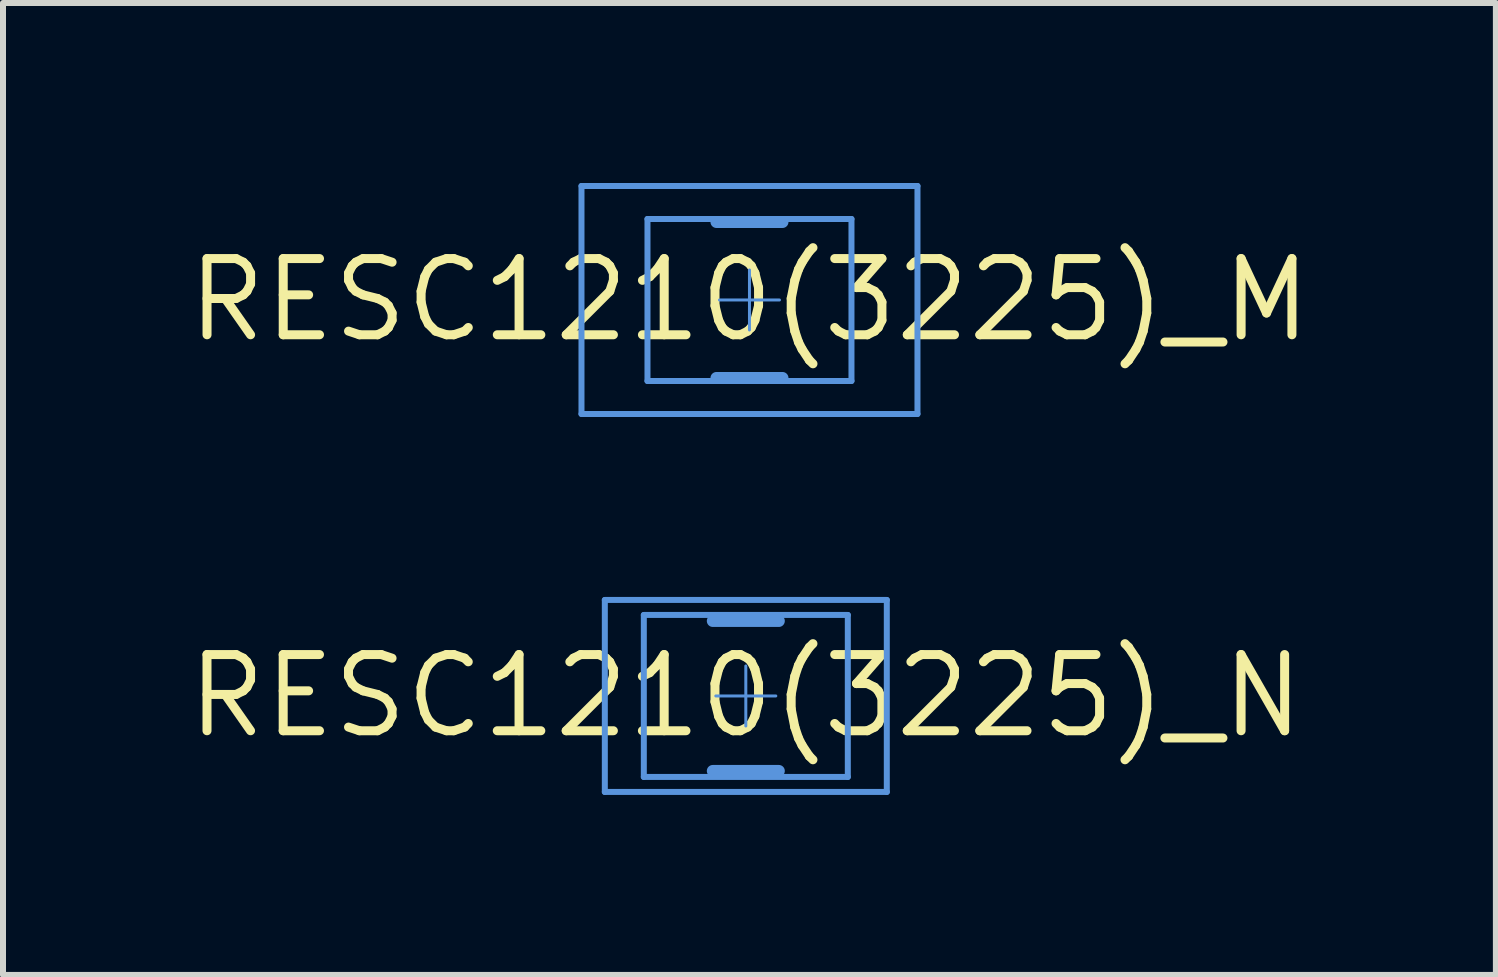
<source format=kicad_pcb>
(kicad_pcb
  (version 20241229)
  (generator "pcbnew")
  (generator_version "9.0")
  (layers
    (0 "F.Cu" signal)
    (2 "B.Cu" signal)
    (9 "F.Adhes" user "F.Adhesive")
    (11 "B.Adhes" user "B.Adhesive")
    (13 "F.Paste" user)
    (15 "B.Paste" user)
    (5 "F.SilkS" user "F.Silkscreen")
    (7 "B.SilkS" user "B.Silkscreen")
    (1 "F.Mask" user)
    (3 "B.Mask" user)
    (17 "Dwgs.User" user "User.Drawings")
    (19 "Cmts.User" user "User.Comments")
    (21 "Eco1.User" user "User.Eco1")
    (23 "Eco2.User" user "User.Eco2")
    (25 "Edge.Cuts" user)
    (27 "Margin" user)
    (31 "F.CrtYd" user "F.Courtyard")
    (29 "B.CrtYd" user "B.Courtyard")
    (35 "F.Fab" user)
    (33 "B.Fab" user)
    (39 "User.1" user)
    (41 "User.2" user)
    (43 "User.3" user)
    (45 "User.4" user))
  (footprint "RESC1210(3225)_M"
    (layer "F.Cu")
    (at 9.442 1.95)
    (property "Reference" "RESC1210(3225)_M" (at 0 0 0) (layer "F.SilkS") (effects (font (size 1.27 1.27) (thickness 0.15))))
    (attr through_hole)
    (fp_line (start -2.8 -1.9) (end 2.8 -1.9) (stroke (width 0.05) (type solid)) (layer "Cmts.User"))
    (fp_line (start -2.8 -1.9) (end 2.8 -1.9) (stroke (width 0.1) (type solid)) (layer "Cmts.User"))
    (fp_line (start -2.8 1.9) (end -2.8 -1.9) (stroke (width 0.05) (type solid)) (layer "Cmts.User"))
    (fp_line (start -2.8 1.9) (end -2.8 -1.9) (stroke (width 0.1) (type solid)) (layer "Cmts.User"))
    (fp_line (start -2.8 1.9) (end 2.8 1.9) (stroke (width 0.05) (type solid)) (layer "Cmts.User"))
    (fp_line (start -2.8 1.9) (end 2.8 1.9) (stroke (width 0.1) (type solid)) (layer "Cmts.User"))
    (fp_line (start -1.7 -1.35) (end 1.7 -1.35) (stroke (width 0.1) (type solid)) (layer "Cmts.User"))
    (fp_line (start -1.7 1.35) (end -1.7 -1.35) (stroke (width 0.1) (type solid)) (layer "Cmts.User"))
    (fp_line (start -1.7 1.35) (end 1.7 1.35) (stroke (width 0.1) (type solid)) (layer "Cmts.User"))
    (fp_line (start -0.55 -1.3) (end 0.55 -1.3) (stroke (width 0.2) (type solid)) (layer "Cmts.User"))
    (fp_line (start -0.55 1.3) (end 0.55 1.3) (stroke (width 0.2) (type solid)) (layer "Cmts.User"))
    (fp_line (start -0.5 0) (end 0.5 0) (stroke (width 0.05) (type solid)) (layer "Cmts.User"))
    (fp_line (start 0 0.5) (end 0 -0.5) (stroke (width 0.05) (type solid)) (layer "Cmts.User"))
    (fp_line (start 1.7 1.35) (end 1.7 -1.35) (stroke (width 0.1) (type solid)) (layer "Cmts.User"))
    (fp_line (start 2.8 1.9) (end 2.8 -1.9) (stroke (width 0.05) (type solid)) (layer "Cmts.User"))
    (fp_line (start 2.8 1.9) (end 2.8 -1.9) (stroke (width 0.1) (type solid)) (layer "Cmts.User")))
  (footprint "RESC1210(3225)_N"
    (layer "F.Cu")
    (at 9.381 8.55)
    (property "Reference" "RESC1210(3225)_N" (at 0 0 0) (layer "F.SilkS") (effects (font (size 1.27 1.27) (thickness 0.15))))
    (attr through_hole)
    (fp_line (start -2.35 -1.6) (end 2.35 -1.6) (stroke (width 0.05) (type solid)) (layer "Cmts.User"))
    (fp_line (start -2.35 -1.6) (end 2.35 -1.6) (stroke (width 0.1) (type solid)) (layer "Cmts.User"))
    (fp_line (start -2.35 1.6) (end -2.35 -1.6) (stroke (width 0.05) (type solid)) (layer "Cmts.User"))
    (fp_line (start -2.35 1.6) (end -2.35 -1.6) (stroke (width 0.1) (type solid)) (layer "Cmts.User"))
    (fp_line (start -2.35 1.6) (end 2.35 1.6) (stroke (width 0.05) (type solid)) (layer "Cmts.User"))
    (fp_line (start -2.35 1.6) (end 2.35 1.6) (stroke (width 0.1) (type solid)) (layer "Cmts.User"))
    (fp_line (start -1.7 -1.35) (end 1.7 -1.35) (stroke (width 0.1) (type solid)) (layer "Cmts.User"))
    (fp_line (start -1.7 1.35) (end -1.7 -1.35) (stroke (width 0.1) (type solid)) (layer "Cmts.User"))
    (fp_line (start -1.7 1.35) (end 1.7 1.35) (stroke (width 0.1) (type solid)) (layer "Cmts.User"))
    (fp_line (start -0.55 -1.25) (end 0.55 -1.25) (stroke (width 0.2) (type solid)) (layer "Cmts.User"))
    (fp_line (start -0.55 1.25) (end 0.55 1.25) (stroke (width 0.2) (type solid)) (layer "Cmts.User"))
    (fp_line (start -0.5 0) (end 0.5 0) (stroke (width 0.05) (type solid)) (layer "Cmts.User"))
    (fp_line (start 0 0.5) (end 0 -0.5) (stroke (width 0.05) (type solid)) (layer "Cmts.User"))
    (fp_line (start 1.7 1.35) (end 1.7 -1.35) (stroke (width 0.1) (type solid)) (layer "Cmts.User"))
    (fp_line (start 2.35 1.6) (end 2.35 -1.6) (stroke (width 0.05) (type solid)) (layer "Cmts.User"))
    (fp_line (start 2.35 1.6) (end 2.35 -1.6) (stroke (width 0.1) (type solid)) (layer "Cmts.User")))
  (gr_rect
    (start -3 -3)
    (end 21.883 13.2)
    (stroke (width 0.1) (type default))
    (fill no)
    (layer "Edge.Cuts")))
</source>
